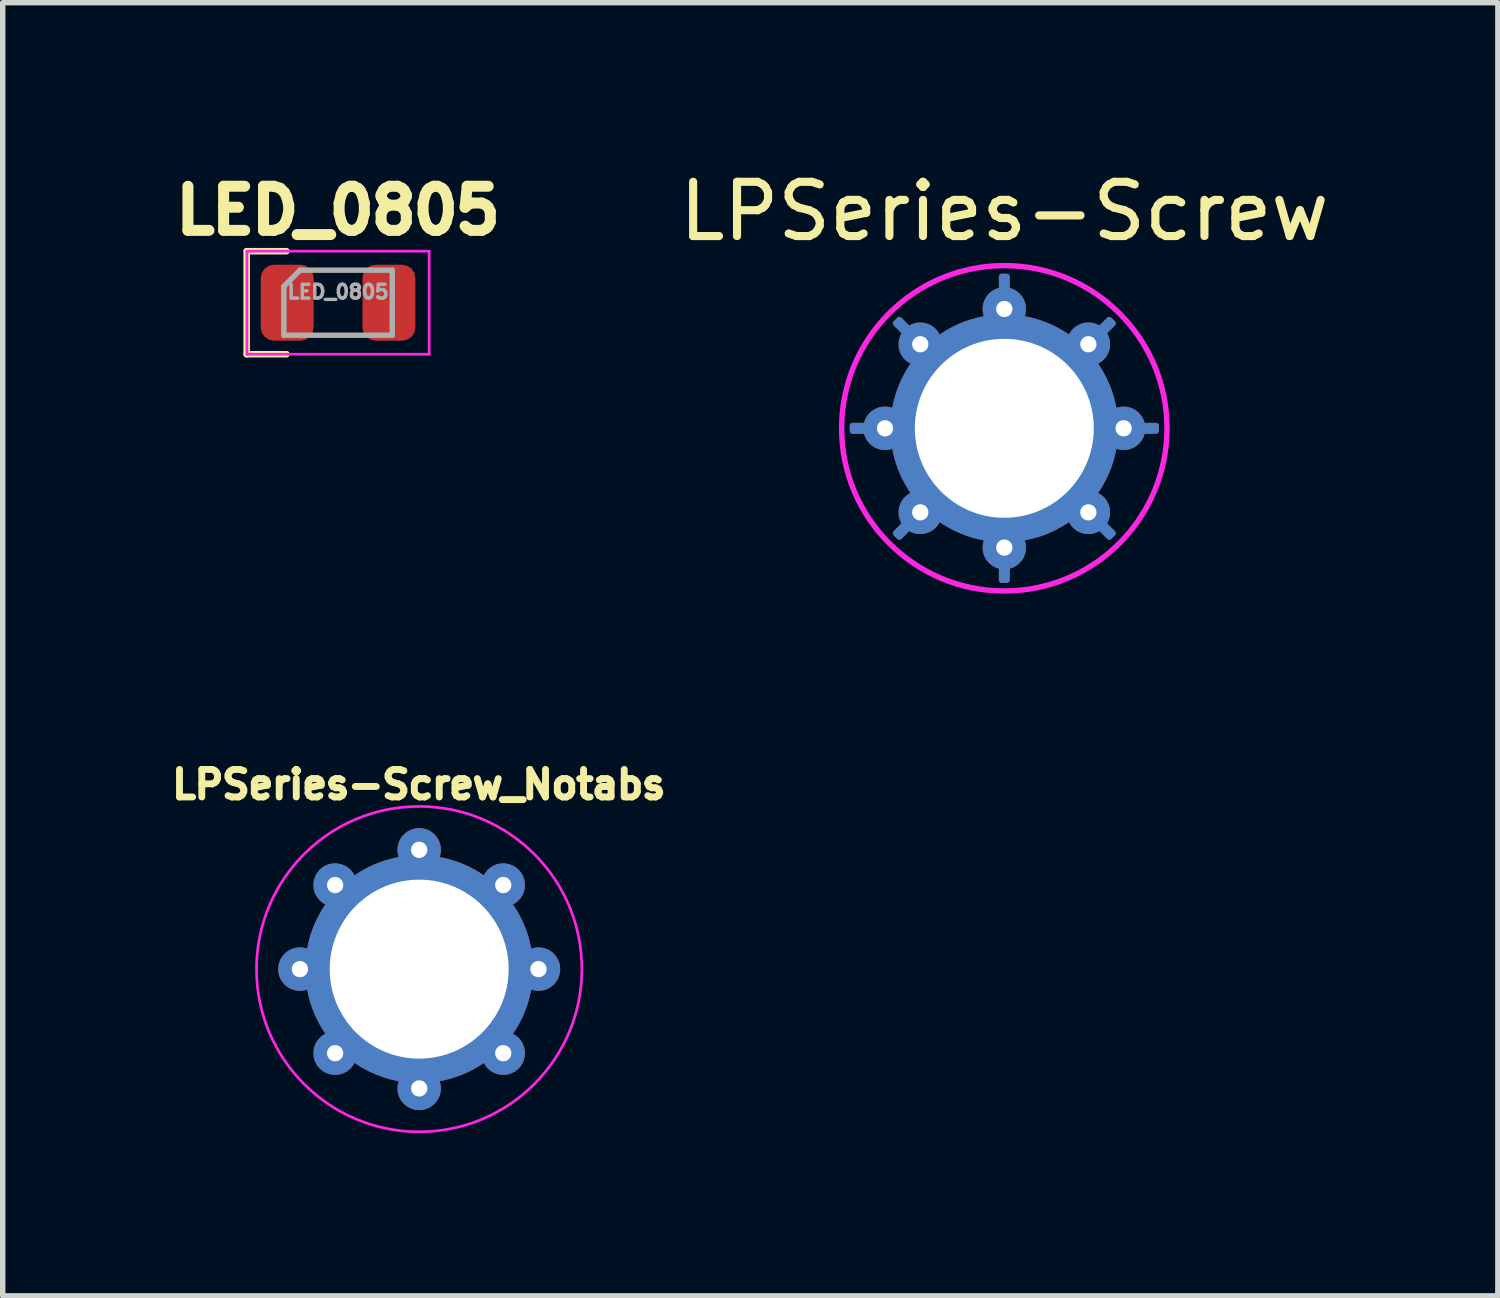
<source format=kicad_pcb>
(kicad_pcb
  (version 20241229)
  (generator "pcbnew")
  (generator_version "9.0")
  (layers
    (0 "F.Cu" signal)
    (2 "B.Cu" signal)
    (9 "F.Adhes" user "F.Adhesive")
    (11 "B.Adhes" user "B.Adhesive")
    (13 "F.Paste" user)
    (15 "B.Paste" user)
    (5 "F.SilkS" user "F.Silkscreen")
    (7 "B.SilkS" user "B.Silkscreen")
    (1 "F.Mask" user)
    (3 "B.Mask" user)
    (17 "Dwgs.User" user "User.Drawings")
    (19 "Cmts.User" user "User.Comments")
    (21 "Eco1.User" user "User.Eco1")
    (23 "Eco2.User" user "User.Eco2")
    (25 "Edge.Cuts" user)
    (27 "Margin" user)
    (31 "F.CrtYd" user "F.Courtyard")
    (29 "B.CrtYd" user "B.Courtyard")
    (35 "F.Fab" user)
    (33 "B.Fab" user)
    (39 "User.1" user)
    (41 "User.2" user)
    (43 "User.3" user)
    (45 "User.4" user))
  (footprint "LPSeries-Screw_Notabs"
    (layer "F.Cu")
    (at 4.68 14.821)
    (property "Reference" "LPSeries-Screw_Notabs" (at -0.005 -3.403 0) (layer "F.SilkS") (effects (font (size 0.508 0.508) (thickness 0.127))))
    (attr through_hole)
    (fp_arc (start -2.2 0.25) (mid -2.45 0) (end -2.2 -0.25) (stroke (width 0.45) (type solid)) (layer "F.Mask"))
    (fp_arc (start -1.75 -1.35) (mid -1.75 -1.75) (end -1.35 -1.75) (stroke (width 0.4) (type solid)) (layer "F.Mask"))
    (fp_arc (start -1.35 1.75) (mid -1.75 1.75) (end -1.75 1.35) (stroke (width 0.4) (type solid)) (layer "F.Mask"))
    (fp_arc (start -0.25 -2.2) (mid 0 -2.45) (end 0.25 -2.2) (stroke (width 0.45) (type solid)) (layer "F.Mask"))
    (fp_arc (start 0.25 2.2) (mid 0 2.45) (end -0.25 2.2) (stroke (width 0.45) (type solid)) (layer "F.Mask"))
    (fp_arc (start 1.35 -1.75) (mid 1.75 -1.75) (end 1.75 -1.35) (stroke (width 0.4) (type solid)) (layer "F.Mask"))
    (fp_arc (start 1.75 1.35) (mid 1.75 1.75) (end 1.35 1.75) (stroke (width 0.4) (type solid)) (layer "F.Mask"))
    (fp_arc (start 2.2 -0.25) (mid 2.45 0) (end 2.2 0.25) (stroke (width 0.45) (type solid)) (layer "F.Mask"))
    (fp_circle (center 0 0) (end 0.1 0) (stroke (width 4.2) (type solid)) (fill no) (layer "F.Mask"))
    (fp_arc (start -2.2 0.25) (mid -2.45 0) (end -2.2 -0.25) (stroke (width 0.45) (type solid)) (layer "B.Mask"))
    (fp_arc (start -1.75 -1.35) (mid -1.75 -1.75) (end -1.35 -1.75) (stroke (width 0.4) (type solid)) (layer "B.Mask"))
    (fp_arc (start -1.35 1.75) (mid -1.75 1.75) (end -1.75 1.35) (stroke (width 0.4) (type solid)) (layer "B.Mask"))
    (fp_arc (start -0.25 -2.2) (mid 0 -2.45) (end 0.25 -2.2) (stroke (width 0.45) (type solid)) (layer "B.Mask"))
    (fp_arc (start 0.25 2.2) (mid 0 2.45) (end -0.25 2.2) (stroke (width 0.45) (type solid)) (layer "B.Mask"))
    (fp_arc (start 1.35 -1.75) (mid 1.75 -1.75) (end 1.75 -1.35) (stroke (width 0.4) (type solid)) (layer "B.Mask"))
    (fp_arc (start 1.75 1.35) (mid 1.75 1.75) (end 1.35 1.75) (stroke (width 0.4) (type solid)) (layer "B.Mask"))
    (fp_arc (start 2.2 -0.25) (mid 2.45 0) (end 2.2 0.25) (stroke (width 0.45) (type solid)) (layer "B.Mask"))
    (fp_circle (center 0 0) (end 0.1 0) (stroke (width 4.2) (type solid)) (fill no) (layer "B.Mask"))
    (fp_circle (center 0 0) (end 3 0) (stroke (width 0.05) (type solid)) (fill no) (layer "F.CrtYd"))
    (pad "1" thru_hole circle (at -2.2 0) (size 0.8 0.8) (drill 0.3) (layers "*.Cu" "*.Paste" "*.Mask"))
    (pad "1" thru_hole circle (at -1.55 -1.55) (size 0.8 0.8) (drill 0.3) (layers "*.Cu" "*.Paste" "*.Mask"))
    (pad "1" thru_hole circle (at -1.55 1.55) (size 0.8 0.8) (drill 0.3) (layers "*.Cu" "*.Paste" "*.Mask"))
    (pad "1" thru_hole circle (at 0 -2.2) (size 0.8 0.8) (drill 0.3) (layers "*.Cu" "*.Paste" "*.Mask"))
    (pad "1" thru_hole circle (at 0 0) (size 4.2 4.2) (drill 3.3) (layers "*.Cu" "*.Mask"))
    (pad "1" thru_hole circle (at 0 2.2) (size 0.8 0.8) (drill 0.3) (layers "*.Cu" "*.Paste" "*.Mask"))
    (pad "1" thru_hole circle (at 1.55 -1.55) (size 0.8 0.8) (drill 0.3) (layers "*.Cu" "*.Paste" "*.Mask"))
    (pad "1" thru_hole circle (at 1.55 1.55) (size 0.8 0.8) (drill 0.3) (layers "*.Cu" "*.Paste" "*.Mask"))
    (pad "1" thru_hole circle (at 2.2 0) (size 0.8 0.8) (drill 0.3) (layers "*.Cu" "*.Paste" "*.Mask")))
  (footprint "LPSeries-Screw"
    (layer "F.Cu")
    (at 15.47 4.848)
    (property "Reference" "LPSeries-Screw" (at 0 -4 0) (layer "F.SilkS") (effects (font (size 1 1) (thickness 0.15))))
    (attr through_hole)
    (fp_arc (start -2.2 0.25) (mid -2.45 0) (end -2.2 -0.25) (stroke (width 0.45) (type solid)) (layer "F.Mask"))
    (fp_arc (start -1.75 -1.35) (mid -1.75 -1.75) (end -1.35 -1.75) (stroke (width 0.4) (type solid)) (layer "F.Mask"))
    (fp_arc (start -1.35 1.75) (mid -1.75 1.75) (end -1.75 1.35) (stroke (width 0.4) (type solid)) (layer "F.Mask"))
    (fp_arc (start -0.25 -2.2) (mid 0 -2.45) (end 0.25 -2.2) (stroke (width 0.45) (type solid)) (layer "F.Mask"))
    (fp_arc (start 0.25 2.2) (mid 0 2.45) (end -0.25 2.2) (stroke (width 0.45) (type solid)) (layer "F.Mask"))
    (fp_arc (start 1.35 -1.75) (mid 1.75 -1.75) (end 1.75 -1.35) (stroke (width 0.4) (type solid)) (layer "F.Mask"))
    (fp_arc (start 1.75 1.35) (mid 1.75 1.75) (end 1.35 1.75) (stroke (width 0.4) (type solid)) (layer "F.Mask"))
    (fp_arc (start 2.2 -0.25) (mid 2.45 0) (end 2.2 0.25) (stroke (width 0.45) (type solid)) (layer "F.Mask"))
    (fp_circle (center 0 0) (end 0.1 0) (stroke (width 4.2) (type solid)) (fill no) (layer "F.Mask"))
    (fp_arc (start -2.2 0.25) (mid -2.45 0) (end -2.2 -0.25) (stroke (width 0.45) (type solid)) (layer "B.Mask"))
    (fp_arc (start -1.75 -1.35) (mid -1.75 -1.75) (end -1.35 -1.75) (stroke (width 0.4) (type solid)) (layer "B.Mask"))
    (fp_arc (start -1.35 1.75) (mid -1.75 1.75) (end -1.75 1.35) (stroke (width 0.4) (type solid)) (layer "B.Mask"))
    (fp_arc (start -0.25 -2.2) (mid 0 -2.45) (end 0.25 -2.2) (stroke (width 0.45) (type solid)) (layer "B.Mask"))
    (fp_arc (start 0.25 2.2) (mid 0 2.45) (end -0.25 2.2) (stroke (width 0.45) (type solid)) (layer "B.Mask"))
    (fp_arc (start 1.35 -1.75) (mid 1.75 -1.75) (end 1.75 -1.35) (stroke (width 0.4) (type solid)) (layer "B.Mask"))
    (fp_arc (start 1.75 1.35) (mid 1.75 1.75) (end 1.35 1.75) (stroke (width 0.4) (type solid)) (layer "B.Mask"))
    (fp_arc (start 2.2 -0.25) (mid 2.45 0) (end 2.2 0.25) (stroke (width 0.45) (type solid)) (layer "B.Mask"))
    (fp_circle (center 0 0) (end 0.1 0) (stroke (width 4.2) (type solid)) (fill no) (layer "B.Mask"))
    (fp_circle (center 0 0) (end 3 0) (stroke (width 0.1) (type solid)) (fill no) (layer "F.CrtYd"))
    (pad "1" smd roundrect (at -2.7 0) (size 0.3 0.2) (layers "F.Cu") (roundrect_rratio 0.25))
    (pad "1" smd roundrect (at -2.7 0) (size 0.3 0.2) (layers "B.Cu") (roundrect_rratio 0.25))
    (pad "1" thru_hole circle (at -2.2 0) (size 0.8 0.8) (drill 0.3) (layers "*.Cu" "*.Paste" "*.Mask"))
    (pad "1" smd roundrect (at -1.9 -1.9 135) (size 0.3 0.2) (layers "F.Cu") (roundrect_rratio 0.25))
    (pad "1" smd roundrect (at -1.9 -1.9 135) (size 0.3 0.2) (layers "B.Cu") (roundrect_rratio 0.25))
    (pad "1" smd roundrect (at -1.9 1.9 225) (size 0.3 0.2) (layers "F.Cu") (roundrect_rratio 0.25))
    (pad "1" smd roundrect (at -1.9 1.9 225) (size 0.3 0.2) (layers "B.Cu") (roundrect_rratio 0.25))
    (pad "1" thru_hole circle (at -1.55 -1.55) (size 0.8 0.8) (drill 0.3) (layers "*.Cu" "*.Paste" "*.Mask"))
    (pad "1" thru_hole circle (at -1.55 1.55) (size 0.8 0.8) (drill 0.3) (layers "*.Cu" "*.Paste" "*.Mask"))
    (pad "1" smd roundrect (at 0 -2.7) (size 0.2 0.3) (layers "F.Cu") (roundrect_rratio 0.25))
    (pad "1" smd roundrect (at 0 -2.7) (size 0.2 0.3) (layers "B.Cu") (roundrect_rratio 0.25))
    (pad "1" thru_hole circle (at 0 -2.2) (size 0.8 0.8) (drill 0.3) (layers "*.Cu" "*.Paste" "*.Mask"))
    (pad "1" thru_hole circle (at 0 0) (size 4.2 4.2) (drill 3.3) (layers "*.Cu" "*.Mask"))
    (pad "1" thru_hole circle (at 0 2.2) (size 0.8 0.8) (drill 0.3) (layers "*.Cu" "*.Paste" "*.Mask"))
    (pad "1" smd roundrect (at 0 2.7) (size 0.2 0.3) (layers "F.Cu") (roundrect_rratio 0.25))
    (pad "1" smd roundrect (at 0 2.7) (size 0.2 0.3) (layers "B.Cu") (roundrect_rratio 0.25))
    (pad "1" thru_hole circle (at 1.55 -1.55) (size 0.8 0.8) (drill 0.3) (layers "*.Cu" "*.Paste" "*.Mask"))
    (pad "1" thru_hole circle (at 1.55 1.55) (size 0.8 0.8) (drill 0.3) (layers "*.Cu" "*.Paste" "*.Mask"))
    (pad "1" smd roundrect (at 1.9 -1.9 45) (size 0.3 0.2) (layers "F.Cu") (roundrect_rratio 0.25))
    (pad "1" smd roundrect (at 1.9 -1.9 45) (size 0.3 0.2) (layers "B.Cu") (roundrect_rratio 0.25))
    (pad "1" smd roundrect (at 1.9 1.9 315) (size 0.3 0.2) (layers "F.Cu") (roundrect_rratio 0.25))
    (pad "1" smd roundrect (at 1.9 1.9 315) (size 0.3 0.2) (layers "B.Cu") (roundrect_rratio 0.25))
    (pad "1" thru_hole circle (at 2.2 0) (size 0.8 0.8) (drill 0.3) (layers "*.Cu" "*.Paste" "*.Mask"))
    (pad "1" smd roundrect (at 2.7 0) (size 0.3 0.2) (layers "F.Cu") (roundrect_rratio 0.25))
    (pad "1" smd roundrect (at 2.7 0) (size 0.3 0.2) (layers "B.Cu") (roundrect_rratio 0.25)))
  (footprint "LED_0805"
    (layer "F.Cu")
    (at 3.184 2.532)
    (property "Reference" "LED_0805" (at 0 -0.2 0) (layer "F.Fab") (effects (font (size 0.254 0.254) (thickness 0.064))))
    (attr smd)
    (fp_line (start -1.685 -0.95) (end -1.685 0.95) (stroke (width 0.12) (type solid)) (layer "F.SilkS"))
    (fp_line (start -1.685 0.95) (end -0.95 0.95) (stroke (width 0.12) (type solid)) (layer "F.SilkS"))
    (fp_line (start -0.95 -0.95) (end -1.685 -0.95) (stroke (width 0.12) (type solid)) (layer "F.SilkS"))
    (fp_line (start -1.68 -0.95) (end 1.68 -0.95) (stroke (width 0.05) (type solid)) (layer "F.CrtYd"))
    (fp_line (start -1.68 0.95) (end -1.68 -0.95) (stroke (width 0.05) (type solid)) (layer "F.CrtYd"))
    (fp_line (start 1.68 -0.95) (end 1.68 0.95) (stroke (width 0.05) (type solid)) (layer "F.CrtYd"))
    (fp_line (start 1.68 0.95) (end -1.68 0.95) (stroke (width 0.05) (type solid)) (layer "F.CrtYd"))
    (fp_line (start -1 -0.3) (end -1 0.6) (stroke (width 0.1) (type solid)) (layer "F.Fab"))
    (fp_line (start -1 0.6) (end 1 0.6) (stroke (width 0.1) (type solid)) (layer "F.Fab"))
    (fp_line (start -0.7 -0.6) (end -1 -0.3) (stroke (width 0.1) (type solid)) (layer "F.Fab"))
    (fp_line (start 1 -0.6) (end -0.7 -0.6) (stroke (width 0.1) (type solid)) (layer "F.Fab"))
    (fp_line (start 1 0.6) (end 1 -0.6) (stroke (width 0.1) (type solid)) (layer "F.Fab"))
    (fp_text user "${REFERENCE}" (at 0 -1.7 0) (layer "F.SilkS") (effects (font (size 0.813 0.813) (thickness 0.203))))
    (pad "1" smd roundrect (at -0.938 0) (size 0.975 1.4) (layers "F.Cu" "F.Mask" "F.Paste") (roundrect_rratio 0.25))
    (pad "2" smd roundrect (at 0.938 0) (size 0.975 1.4) (layers "F.Cu" "F.Mask" "F.Paste") (roundrect_rratio 0.25)))
  (gr_rect
    (start -3 -3)
    (end 24.571 20.846)
    (stroke (width 0.1) (type default))
    (fill no)
    (layer "Edge.Cuts")))
</source>
